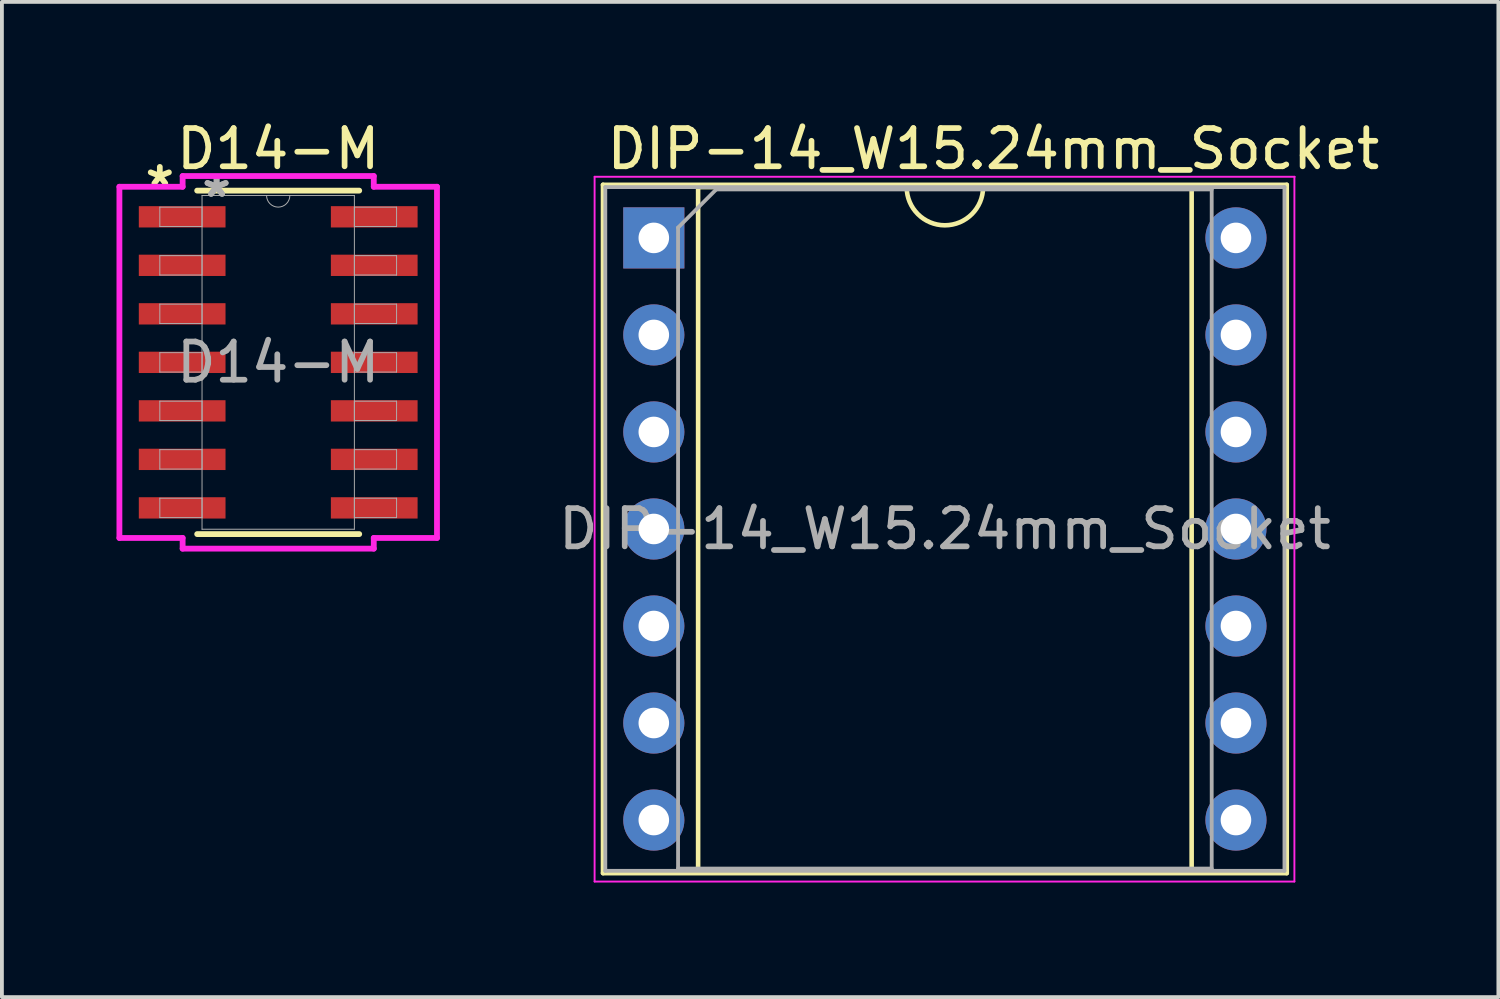
<source format=kicad_pcb>
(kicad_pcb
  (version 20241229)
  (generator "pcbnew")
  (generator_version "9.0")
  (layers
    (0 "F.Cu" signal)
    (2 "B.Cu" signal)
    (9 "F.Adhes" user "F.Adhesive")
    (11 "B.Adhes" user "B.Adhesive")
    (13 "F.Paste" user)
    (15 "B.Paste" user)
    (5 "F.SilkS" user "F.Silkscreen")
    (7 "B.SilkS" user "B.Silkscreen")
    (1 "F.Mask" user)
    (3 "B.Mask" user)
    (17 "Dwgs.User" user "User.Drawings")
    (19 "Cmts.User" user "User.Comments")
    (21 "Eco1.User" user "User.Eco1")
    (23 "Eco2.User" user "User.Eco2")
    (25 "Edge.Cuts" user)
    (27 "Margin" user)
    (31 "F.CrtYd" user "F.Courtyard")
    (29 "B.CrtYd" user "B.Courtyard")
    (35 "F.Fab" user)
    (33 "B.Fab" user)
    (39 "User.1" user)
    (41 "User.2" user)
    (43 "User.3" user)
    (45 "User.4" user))
  (footprint "DIP-14_W15.24mm_Socket"
    (layer "F.Cu")
    (at 14.066 3.178)
    (property "Reference" "DIP-14_W15.24mm_Socket" (at 8.89 -2.33 0) (layer "F.SilkS") (effects (font (size 1 1) (thickness 0.15))))
    (attr through_hole)
    (fp_line (start -1.33 -1.39) (end -1.33 16.63) (stroke (width 0.12) (type solid)) (layer "F.SilkS"))
    (fp_line (start -1.33 16.63) (end 16.57 16.63) (stroke (width 0.12) (type solid)) (layer "F.SilkS"))
    (fp_line (start 1.16 -1.33) (end 1.16 16.57) (stroke (width 0.12) (type solid)) (layer "F.SilkS"))
    (fp_line (start 1.16 16.57) (end 14.08 16.57) (stroke (width 0.12) (type solid)) (layer "F.SilkS"))
    (fp_line (start 6.62 -1.33) (end 1.16 -1.33) (stroke (width 0.12) (type solid)) (layer "F.SilkS"))
    (fp_line (start 14.08 -1.33) (end 8.62 -1.33) (stroke (width 0.12) (type solid)) (layer "F.SilkS"))
    (fp_line (start 14.08 16.57) (end 14.08 -1.33) (stroke (width 0.12) (type solid)) (layer "F.SilkS"))
    (fp_line (start 16.57 -1.39) (end -1.33 -1.39) (stroke (width 0.12) (type solid)) (layer "F.SilkS"))
    (fp_line (start 16.57 16.63) (end 16.57 -1.39) (stroke (width 0.12) (type solid)) (layer "F.SilkS"))
    (fp_arc (start 8.62 -1.33) (mid 7.62 -0.33) (end 6.62 -1.33) (stroke (width 0.12) (type solid)) (layer "F.SilkS"))
    (fp_line (start -1.55 -1.6) (end -1.55 16.85) (stroke (width 0.05) (type solid)) (layer "F.CrtYd"))
    (fp_line (start -1.55 16.85) (end 16.77 16.85) (stroke (width 0.05) (type solid)) (layer "F.CrtYd"))
    (fp_line (start 16.77 16.85) (end 16.77 -1.6) (stroke (width 0.05) (type solid)) (layer "F.CrtYd"))
    (fp_line (start 16.777 -1.6) (end -1.55 -1.6) (stroke (width 0.05) (type solid)) (layer "F.CrtYd"))
    (fp_line (start -1.27 -1.33) (end -1.27 16.57) (stroke (width 0.1) (type solid)) (layer "F.Fab"))
    (fp_line (start -1.27 16.57) (end 16.51 16.57) (stroke (width 0.1) (type solid)) (layer "F.Fab"))
    (fp_line (start 0.635 -0.27) (end 1.635 -1.27) (stroke (width 0.1) (type solid)) (layer "F.Fab"))
    (fp_line (start 0.635 16.51) (end 0.635 -0.27) (stroke (width 0.1) (type solid)) (layer "F.Fab"))
    (fp_line (start 1.635 -1.27) (end 14.605 -1.27) (stroke (width 0.1) (type solid)) (layer "F.Fab"))
    (fp_line (start 14.605 -1.27) (end 14.605 16.51) (stroke (width 0.1) (type solid)) (layer "F.Fab"))
    (fp_line (start 14.605 16.51) (end 0.635 16.51) (stroke (width 0.1) (type solid)) (layer "F.Fab"))
    (fp_line (start 16.51 -1.33) (end -1.27 -1.33) (stroke (width 0.1) (type solid)) (layer "F.Fab"))
    (fp_line (start 16.51 16.57) (end 16.51 -1.33) (stroke (width 0.1) (type solid)) (layer "F.Fab"))
    (fp_text user "${REFERENCE}" (at 7.62 7.62 0) (layer "F.Fab") (effects (font (size 1 1) (thickness 0.15))))
    (pad "1" thru_hole rect (at 0 0) (size 1.6 1.6) (drill 0.8) (layers "*.Cu" "*.Mask"))
    (pad "2" thru_hole oval (at 0 2.54) (size 1.6 1.6) (drill 0.8) (layers "*.Cu" "*.Mask"))
    (pad "3" thru_hole oval (at 0 5.08) (size 1.6 1.6) (drill 0.8) (layers "*.Cu" "*.Mask"))
    (pad "4" thru_hole oval (at 0 7.62) (size 1.6 1.6) (drill 0.8) (layers "*.Cu" "*.Mask"))
    (pad "5" thru_hole oval (at 0 10.16) (size 1.6 1.6) (drill 0.8) (layers "*.Cu" "*.Mask"))
    (pad "6" thru_hole oval (at 0 12.7) (size 1.6 1.6) (drill 0.8) (layers "*.Cu" "*.Mask"))
    (pad "7" thru_hole oval (at 0 15.24) (size 1.6 1.6) (drill 0.8) (layers "*.Cu" "*.Mask"))
    (pad "8" thru_hole oval (at 15.24 15.24) (size 1.6 1.6) (drill 0.8) (layers "*.Cu" "*.Mask"))
    (pad "9" thru_hole oval (at 15.24 12.7) (size 1.6 1.6) (drill 0.8) (layers "*.Cu" "*.Mask"))
    (pad "10" thru_hole oval (at 15.24 10.16) (size 1.6 1.6) (drill 0.8) (layers "*.Cu" "*.Mask"))
    (pad "11" thru_hole oval (at 15.24 7.62) (size 1.6 1.6) (drill 0.8) (layers "*.Cu" "*.Mask"))
    (pad "12" thru_hole oval (at 15.24 5.08) (size 1.6 1.6) (drill 0.8) (layers "*.Cu" "*.Mask"))
    (pad "13" thru_hole oval (at 15.24 2.54) (size 1.6 1.6) (drill 0.8) (layers "*.Cu" "*.Mask"))
    (pad "14" thru_hole oval (at 15.24 0) (size 1.6 1.6) (drill 0.8) (layers "*.Cu" "*.Mask")))
  (footprint "D14-M"
    (layer "F.Cu")
    (at 4.233 6.436)
    (property "Reference" "D14-M" (at 0 -5.588 0) (unlocked yes) (layer "F.SilkS") (effects (font (size 1 1) (thickness 0.15))))
    (attr smd allow_soldermask_bridges)
    (fp_line (start -2.121 4.496) (end 2.121 4.496) (stroke (width 0.152) (type solid)) (layer "F.SilkS"))
    (fp_line (start 2.121 -4.496) (end -2.121 -4.496) (stroke (width 0.152) (type solid)) (layer "F.SilkS"))
    (fp_line (start -4.157 -4.597) (end -2.502 -4.597) (stroke (width 0.152) (type solid)) (layer "F.CrtYd"))
    (fp_line (start -4.157 4.597) (end -4.157 -4.597) (stroke (width 0.152) (type solid)) (layer "F.CrtYd"))
    (fp_line (start -4.157 4.597) (end -2.502 4.597) (stroke (width 0.152) (type solid)) (layer "F.CrtYd"))
    (fp_line (start -2.502 -4.877) (end 2.502 -4.877) (stroke (width 0.152) (type solid)) (layer "F.CrtYd"))
    (fp_line (start -2.502 -4.597) (end -2.502 -4.877) (stroke (width 0.152) (type solid)) (layer "F.CrtYd"))
    (fp_line (start -2.502 4.877) (end -2.502 4.597) (stroke (width 0.152) (type solid)) (layer "F.CrtYd"))
    (fp_line (start 2.502 -4.877) (end 2.502 -4.597) (stroke (width 0.152) (type solid)) (layer "F.CrtYd"))
    (fp_line (start 2.502 4.597) (end 2.502 4.877) (stroke (width 0.152) (type solid)) (layer "F.CrtYd"))
    (fp_line (start 2.502 4.877) (end -2.502 4.877) (stroke (width 0.152) (type solid)) (layer "F.CrtYd"))
    (fp_line (start 4.157 -4.597) (end 2.502 -4.597) (stroke (width 0.152) (type solid)) (layer "F.CrtYd"))
    (fp_line (start 4.157 -4.597) (end 4.157 4.597) (stroke (width 0.152) (type solid)) (layer "F.CrtYd"))
    (fp_line (start 4.157 4.597) (end 2.502 4.597) (stroke (width 0.152) (type solid)) (layer "F.CrtYd"))
    (fp_line (start -3.099 -4.064) (end -3.099 -3.556) (stroke (width 0.025) (type solid)) (layer "F.Fab"))
    (fp_line (start -3.099 -3.556) (end -1.994 -3.556) (stroke (width 0.025) (type solid)) (layer "F.Fab"))
    (fp_line (start -3.099 -2.794) (end -3.099 -2.286) (stroke (width 0.025) (type solid)) (layer "F.Fab"))
    (fp_line (start -3.099 -2.286) (end -1.994 -2.286) (stroke (width 0.025) (type solid)) (layer "F.Fab"))
    (fp_line (start -3.099 -1.524) (end -3.099 -1.016) (stroke (width 0.025) (type solid)) (layer "F.Fab"))
    (fp_line (start -3.099 -1.016) (end -1.994 -1.016) (stroke (width 0.025) (type solid)) (layer "F.Fab"))
    (fp_line (start -3.099 -0.254) (end -3.099 0.254) (stroke (width 0.025) (type solid)) (layer "F.Fab"))
    (fp_line (start -3.099 0.254) (end -1.994 0.254) (stroke (width 0.025) (type solid)) (layer "F.Fab"))
    (fp_line (start -3.099 1.016) (end -3.099 1.524) (stroke (width 0.025) (type solid)) (layer "F.Fab"))
    (fp_line (start -3.099 1.524) (end -1.994 1.524) (stroke (width 0.025) (type solid)) (layer "F.Fab"))
    (fp_line (start -3.099 2.286) (end -3.099 2.794) (stroke (width 0.025) (type solid)) (layer "F.Fab"))
    (fp_line (start -3.099 2.794) (end -1.994 2.794) (stroke (width 0.025) (type solid)) (layer "F.Fab"))
    (fp_line (start -3.099 3.556) (end -3.099 4.064) (stroke (width 0.025) (type solid)) (layer "F.Fab"))
    (fp_line (start -3.099 4.064) (end -1.994 4.064) (stroke (width 0.025) (type solid)) (layer "F.Fab"))
    (fp_line (start -1.994 -4.369) (end -1.994 4.369) (stroke (width 0.025) (type solid)) (layer "F.Fab"))
    (fp_line (start -1.994 -4.064) (end -3.099 -4.064) (stroke (width 0.025) (type solid)) (layer "F.Fab"))
    (fp_line (start -1.994 -3.556) (end -1.994 -4.064) (stroke (width 0.025) (type solid)) (layer "F.Fab"))
    (fp_line (start -1.994 -2.794) (end -3.099 -2.794) (stroke (width 0.025) (type solid)) (layer "F.Fab"))
    (fp_line (start -1.994 -2.286) (end -1.994 -2.794) (stroke (width 0.025) (type solid)) (layer "F.Fab"))
    (fp_line (start -1.994 -1.524) (end -3.099 -1.524) (stroke (width 0.025) (type solid)) (layer "F.Fab"))
    (fp_line (start -1.994 -1.016) (end -1.994 -1.524) (stroke (width 0.025) (type solid)) (layer "F.Fab"))
    (fp_line (start -1.994 -0.254) (end -3.099 -0.254) (stroke (width 0.025) (type solid)) (layer "F.Fab"))
    (fp_line (start -1.994 0.254) (end -1.994 -0.254) (stroke (width 0.025) (type solid)) (layer "F.Fab"))
    (fp_line (start -1.994 1.016) (end -3.099 1.016) (stroke (width 0.025) (type solid)) (layer "F.Fab"))
    (fp_line (start -1.994 1.524) (end -1.994 1.016) (stroke (width 0.025) (type solid)) (layer "F.Fab"))
    (fp_line (start -1.994 2.286) (end -3.099 2.286) (stroke (width 0.025) (type solid)) (layer "F.Fab"))
    (fp_line (start -1.994 2.794) (end -1.994 2.286) (stroke (width 0.025) (type solid)) (layer "F.Fab"))
    (fp_line (start -1.994 3.556) (end -3.099 3.556) (stroke (width 0.025) (type solid)) (layer "F.Fab"))
    (fp_line (start -1.994 4.064) (end -1.994 3.556) (stroke (width 0.025) (type solid)) (layer "F.Fab"))
    (fp_line (start -1.994 4.369) (end 1.994 4.369) (stroke (width 0.025) (type solid)) (layer "F.Fab"))
    (fp_line (start 1.994 -4.369) (end -1.994 -4.369) (stroke (width 0.025) (type solid)) (layer "F.Fab"))
    (fp_line (start 1.994 -4.064) (end 1.994 -3.556) (stroke (width 0.025) (type solid)) (layer "F.Fab"))
    (fp_line (start 1.994 -3.556) (end 3.099 -3.556) (stroke (width 0.025) (type solid)) (layer "F.Fab"))
    (fp_line (start 1.994 -2.794) (end 1.994 -2.286) (stroke (width 0.025) (type solid)) (layer "F.Fab"))
    (fp_line (start 1.994 -2.286) (end 3.099 -2.286) (stroke (width 0.025) (type solid)) (layer "F.Fab"))
    (fp_line (start 1.994 -1.524) (end 1.994 -1.016) (stroke (width 0.025) (type solid)) (layer "F.Fab"))
    (fp_line (start 1.994 -1.016) (end 3.099 -1.016) (stroke (width 0.025) (type solid)) (layer "F.Fab"))
    (fp_line (start 1.994 -0.254) (end 1.994 0.254) (stroke (width 0.025) (type solid)) (layer "F.Fab"))
    (fp_line (start 1.994 0.254) (end 3.099 0.254) (stroke (width 0.025) (type solid)) (layer "F.Fab"))
    (fp_line (start 1.994 1.016) (end 1.994 1.524) (stroke (width 0.025) (type solid)) (layer "F.Fab"))
    (fp_line (start 1.994 1.524) (end 3.099 1.524) (stroke (width 0.025) (type solid)) (layer "F.Fab"))
    (fp_line (start 1.994 2.286) (end 1.994 2.794) (stroke (width 0.025) (type solid)) (layer "F.Fab"))
    (fp_line (start 1.994 2.794) (end 3.099 2.794) (stroke (width 0.025) (type solid)) (layer "F.Fab"))
    (fp_line (start 1.994 3.556) (end 1.994 4.064) (stroke (width 0.025) (type solid)) (layer "F.Fab"))
    (fp_line (start 1.994 4.064) (end 3.099 4.064) (stroke (width 0.025) (type solid)) (layer "F.Fab"))
    (fp_line (start 1.994 4.369) (end 1.994 -4.369) (stroke (width 0.025) (type solid)) (layer "F.Fab"))
    (fp_line (start 3.099 -4.064) (end 1.994 -4.064) (stroke (width 0.025) (type solid)) (layer "F.Fab"))
    (fp_line (start 3.099 -3.556) (end 3.099 -4.064) (stroke (width 0.025) (type solid)) (layer "F.Fab"))
    (fp_line (start 3.099 -2.794) (end 1.994 -2.794) (stroke (width 0.025) (type solid)) (layer "F.Fab"))
    (fp_line (start 3.099 -2.286) (end 3.099 -2.794) (stroke (width 0.025) (type solid)) (layer "F.Fab"))
    (fp_line (start 3.099 -1.524) (end 1.994 -1.524) (stroke (width 0.025) (type solid)) (layer "F.Fab"))
    (fp_line (start 3.099 -1.016) (end 3.099 -1.524) (stroke (width 0.025) (type solid)) (layer "F.Fab"))
    (fp_line (start 3.099 -0.254) (end 1.994 -0.254) (stroke (width 0.025) (type solid)) (layer "F.Fab"))
    (fp_line (start 3.099 0.254) (end 3.099 -0.254) (stroke (width 0.025) (type solid)) (layer "F.Fab"))
    (fp_line (start 3.099 1.016) (end 1.994 1.016) (stroke (width 0.025) (type solid)) (layer "F.Fab"))
    (fp_line (start 3.099 1.524) (end 3.099 1.016) (stroke (width 0.025) (type solid)) (layer "F.Fab"))
    (fp_line (start 3.099 2.286) (end 1.994 2.286) (stroke (width 0.025) (type solid)) (layer "F.Fab"))
    (fp_line (start 3.099 2.794) (end 3.099 2.286) (stroke (width 0.025) (type solid)) (layer "F.Fab"))
    (fp_line (start 3.099 3.556) (end 1.994 3.556) (stroke (width 0.025) (type solid)) (layer "F.Fab"))
    (fp_line (start 3.099 4.064) (end 3.099 3.556) (stroke (width 0.025) (type solid)) (layer "F.Fab"))
    (fp_arc (start 0.3048 -4.3688) (mid 0 -4.064) (end -0.3048 -4.3688) (stroke (width 0.0254) (type solid)) (layer "F.Fab"))
    (fp_text user "*" (at -3.099 -4.572 0) (layer "F.SilkS") (effects (font (size 1 1) (thickness 0.15))))
    (fp_text user "*" (at -1.613 -4.293 0) (unlocked yes) (layer "F.Fab") (effects (font (size 1 1) (thickness 0.15))))
    (fp_text user "${REFERENCE}" (at 0 0 0) (unlocked yes) (layer "F.Fab") (effects (font (size 1 1) (thickness 0.15))))
    (fp_text user "*" (at -1.613 -4.293 0) (layer "F.Fab") (effects (font (size 1 1) (thickness 0.15))))
    (pad "1" smd rect (at -2.514 -3.81) (size 2.27 0.558) (layers "F.Cu" "F.Mask" "F.Paste"))
    (pad "2" smd rect (at -2.514 -2.54) (size 2.27 0.558) (layers "F.Cu" "F.Mask" "F.Paste"))
    (pad "3" smd rect (at -2.514 -1.27) (size 2.27 0.558) (layers "F.Cu" "F.Mask" "F.Paste"))
    (pad "4" smd rect (at -2.514 0) (size 2.27 0.558) (layers "F.Cu" "F.Mask" "F.Paste"))
    (pad "5" smd rect (at -2.514 1.27) (size 2.27 0.558) (layers "F.Cu" "F.Mask" "F.Paste"))
    (pad "6" smd rect (at -2.514 2.54) (size 2.27 0.558) (layers "F.Cu" "F.Mask" "F.Paste"))
    (pad "7" smd rect (at -2.514 3.81) (size 2.27 0.558) (layers "F.Cu" "F.Mask" "F.Paste"))
    (pad "8" smd rect (at 2.514 3.81) (size 2.27 0.558) (layers "F.Cu" "F.Mask" "F.Paste"))
    (pad "9" smd rect (at 2.514 2.54) (size 2.27 0.558) (layers "F.Cu" "F.Mask" "F.Paste"))
    (pad "10" smd rect (at 2.514 1.27) (size 2.27 0.558) (layers "F.Cu" "F.Mask" "F.Paste"))
    (pad "11" smd rect (at 2.514 0) (size 2.27 0.558) (layers "F.Cu" "F.Mask" "F.Paste"))
    (pad "12" smd rect (at 2.514 -1.27) (size 2.27 0.558) (layers "F.Cu" "F.Mask" "F.Paste"))
    (pad "13" smd rect (at 2.514 -2.54) (size 2.27 0.558) (layers "F.Cu" "F.Mask" "F.Paste"))
    (pad "14" smd rect (at 2.514 -3.81) (size 2.27 0.558) (layers "F.Cu" "F.Mask" "F.Paste")))
  (gr_rect
    (start -3 -3)
    (end 36.176 23.053)
    (stroke (width 0.1) (type default))
    (fill no)
    (layer "Edge.Cuts")))
</source>
